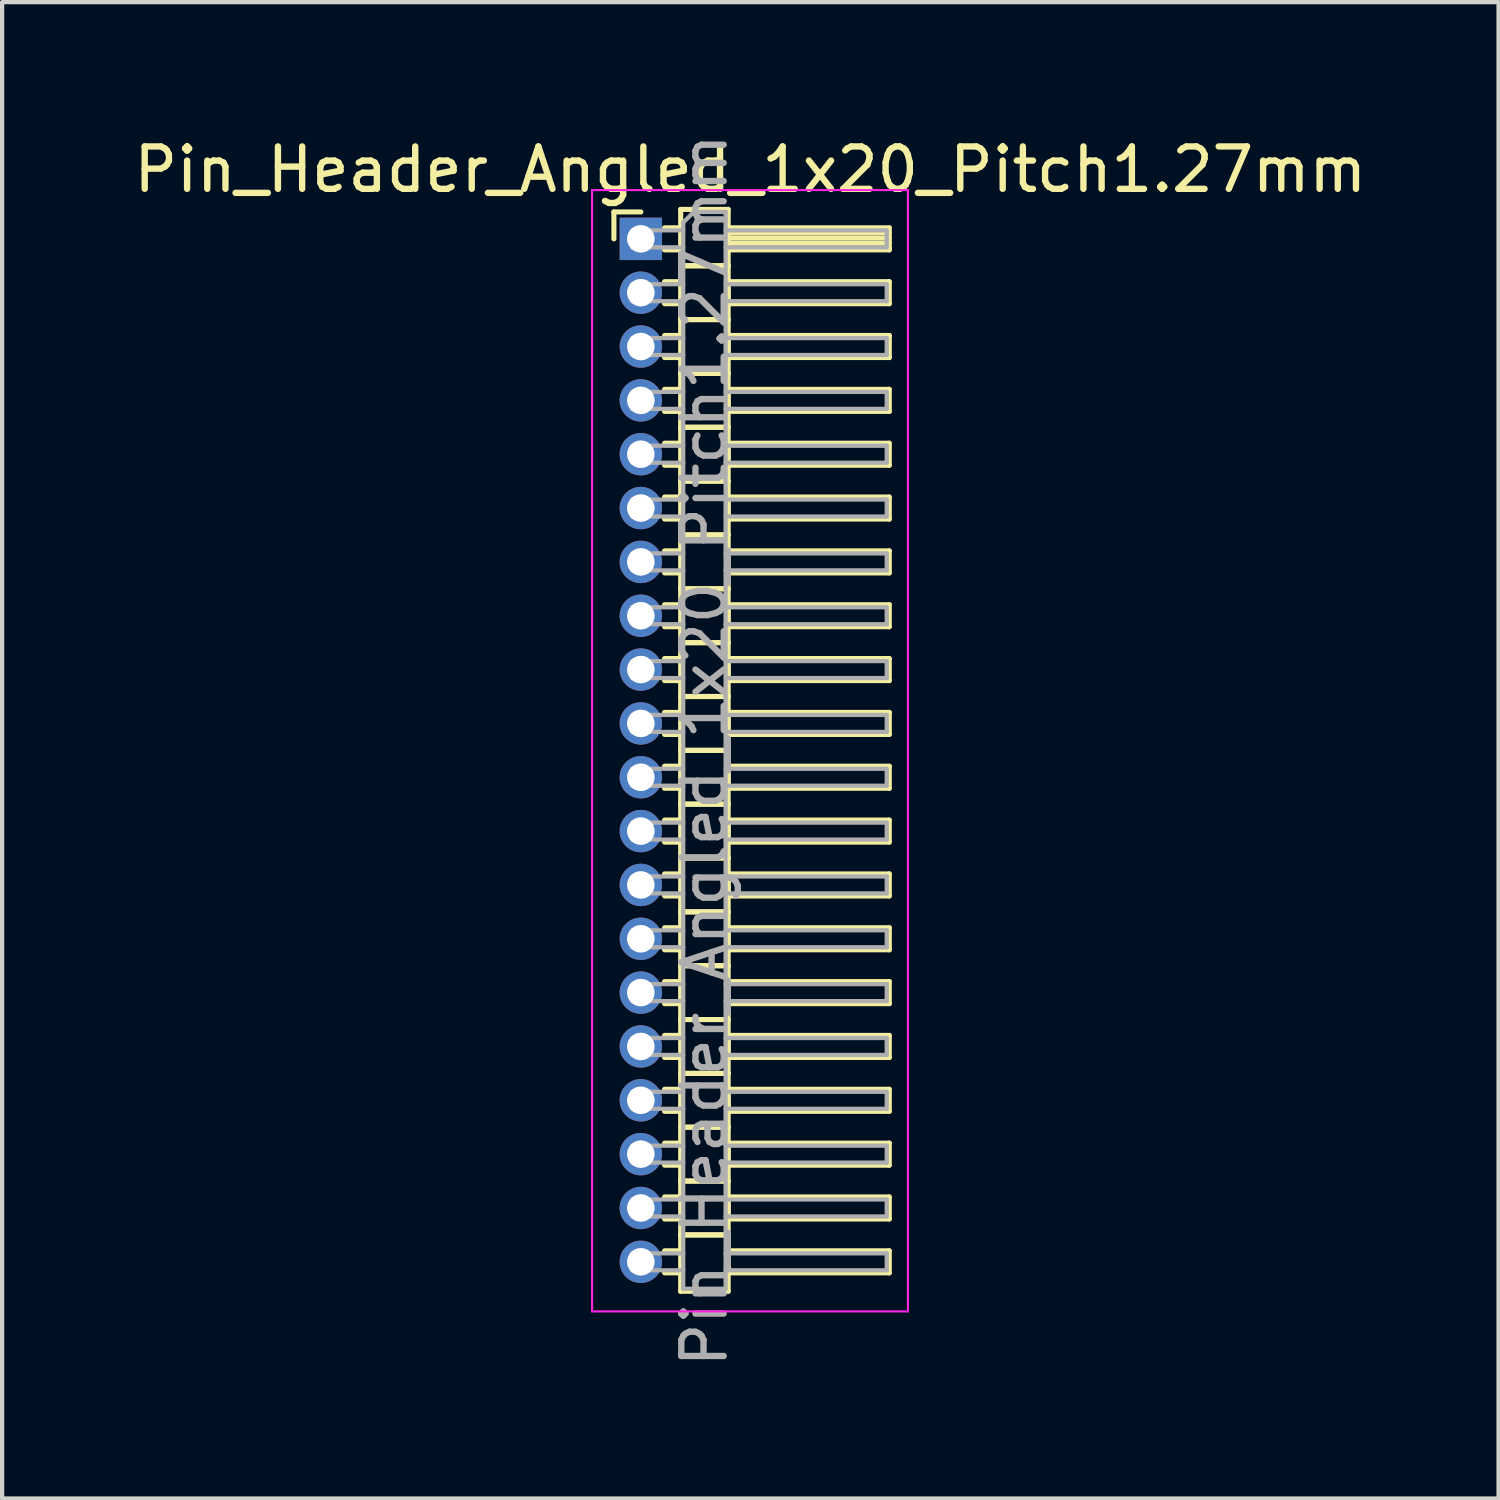
<source format=kicad_pcb>
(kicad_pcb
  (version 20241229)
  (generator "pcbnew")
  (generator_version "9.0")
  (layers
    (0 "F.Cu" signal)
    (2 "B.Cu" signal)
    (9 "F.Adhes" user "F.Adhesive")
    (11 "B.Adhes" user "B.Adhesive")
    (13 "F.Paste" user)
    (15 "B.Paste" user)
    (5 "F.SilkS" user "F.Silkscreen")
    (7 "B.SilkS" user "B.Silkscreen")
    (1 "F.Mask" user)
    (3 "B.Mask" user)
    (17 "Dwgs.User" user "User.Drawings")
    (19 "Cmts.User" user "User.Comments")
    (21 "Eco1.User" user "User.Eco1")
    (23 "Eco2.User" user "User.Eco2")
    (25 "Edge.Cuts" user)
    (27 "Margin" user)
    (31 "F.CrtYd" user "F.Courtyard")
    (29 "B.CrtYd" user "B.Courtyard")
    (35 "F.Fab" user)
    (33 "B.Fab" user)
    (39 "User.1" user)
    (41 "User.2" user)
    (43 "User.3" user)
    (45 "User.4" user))
  (footprint "Pin_Header_Angled_1x20_Pitch1.27mm"
    (layer "F.Cu")
    (at 12.066 2.584)
    (property "Reference" "Pin_Header_Angled_1x20_Pitch1.27mm" (at 2.583 -1.635 0) (layer "F.SilkS") (effects (font (size 1 1) (thickness 0.15))))
    (attr through_hole)
    (fp_line (start -0.635 -0.635) (end 0 -0.635) (stroke (width 0.12) (type solid)) (layer "F.SilkS"))
    (fp_line (start -0.635 0) (end -0.635 -0.635) (stroke (width 0.12) (type solid)) (layer "F.SilkS"))
    (fp_line (start 0.56 -0.26) (end 0.94 -0.26) (stroke (width 0.12) (type solid)) (layer "F.SilkS"))
    (fp_line (start 0.56 0.26) (end 0.94 0.26) (stroke (width 0.12) (type solid)) (layer "F.SilkS"))
    (fp_line (start 0.56 1.01) (end 0.94 1.01) (stroke (width 0.12) (type solid)) (layer "F.SilkS"))
    (fp_line (start 0.56 1.53) (end 0.94 1.53) (stroke (width 0.12) (type solid)) (layer "F.SilkS"))
    (fp_line (start 0.56 2.28) (end 0.94 2.28) (stroke (width 0.12) (type solid)) (layer "F.SilkS"))
    (fp_line (start 0.56 2.8) (end 0.94 2.8) (stroke (width 0.12) (type solid)) (layer "F.SilkS"))
    (fp_line (start 0.56 3.55) (end 0.94 3.55) (stroke (width 0.12) (type solid)) (layer "F.SilkS"))
    (fp_line (start 0.56 4.07) (end 0.94 4.07) (stroke (width 0.12) (type solid)) (layer "F.SilkS"))
    (fp_line (start 0.56 4.82) (end 0.94 4.82) (stroke (width 0.12) (type solid)) (layer "F.SilkS"))
    (fp_line (start 0.56 5.34) (end 0.94 5.34) (stroke (width 0.12) (type solid)) (layer "F.SilkS"))
    (fp_line (start 0.56 6.09) (end 0.94 6.09) (stroke (width 0.12) (type solid)) (layer "F.SilkS"))
    (fp_line (start 0.56 6.61) (end 0.94 6.61) (stroke (width 0.12) (type solid)) (layer "F.SilkS"))
    (fp_line (start 0.56 7.36) (end 0.94 7.36) (stroke (width 0.12) (type solid)) (layer "F.SilkS"))
    (fp_line (start 0.56 7.88) (end 0.94 7.88) (stroke (width 0.12) (type solid)) (layer "F.SilkS"))
    (fp_line (start 0.56 8.63) (end 0.94 8.63) (stroke (width 0.12) (type solid)) (layer "F.SilkS"))
    (fp_line (start 0.56 9.15) (end 0.94 9.15) (stroke (width 0.12) (type solid)) (layer "F.SilkS"))
    (fp_line (start 0.56 9.9) (end 0.94 9.9) (stroke (width 0.12) (type solid)) (layer "F.SilkS"))
    (fp_line (start 0.56 10.42) (end 0.94 10.42) (stroke (width 0.12) (type solid)) (layer "F.SilkS"))
    (fp_line (start 0.56 11.17) (end 0.94 11.17) (stroke (width 0.12) (type solid)) (layer "F.SilkS"))
    (fp_line (start 0.56 11.69) (end 0.94 11.69) (stroke (width 0.12) (type solid)) (layer "F.SilkS"))
    (fp_line (start 0.56 12.44) (end 0.94 12.44) (stroke (width 0.12) (type solid)) (layer "F.SilkS"))
    (fp_line (start 0.56 12.96) (end 0.94 12.96) (stroke (width 0.12) (type solid)) (layer "F.SilkS"))
    (fp_line (start 0.56 13.71) (end 0.94 13.71) (stroke (width 0.12) (type solid)) (layer "F.SilkS"))
    (fp_line (start 0.56 14.23) (end 0.94 14.23) (stroke (width 0.12) (type solid)) (layer "F.SilkS"))
    (fp_line (start 0.56 14.98) (end 0.94 14.98) (stroke (width 0.12) (type solid)) (layer "F.SilkS"))
    (fp_line (start 0.56 15.5) (end 0.94 15.5) (stroke (width 0.12) (type solid)) (layer "F.SilkS"))
    (fp_line (start 0.56 16.25) (end 0.94 16.25) (stroke (width 0.12) (type solid)) (layer "F.SilkS"))
    (fp_line (start 0.56 16.77) (end 0.94 16.77) (stroke (width 0.12) (type solid)) (layer "F.SilkS"))
    (fp_line (start 0.56 17.52) (end 0.94 17.52) (stroke (width 0.12) (type solid)) (layer "F.SilkS"))
    (fp_line (start 0.56 18.04) (end 0.94 18.04) (stroke (width 0.12) (type solid)) (layer "F.SilkS"))
    (fp_line (start 0.56 18.79) (end 0.94 18.79) (stroke (width 0.12) (type solid)) (layer "F.SilkS"))
    (fp_line (start 0.56 19.31) (end 0.94 19.31) (stroke (width 0.12) (type solid)) (layer "F.SilkS"))
    (fp_line (start 0.56 20.06) (end 0.94 20.06) (stroke (width 0.12) (type solid)) (layer "F.SilkS"))
    (fp_line (start 0.56 20.58) (end 0.94 20.58) (stroke (width 0.12) (type solid)) (layer "F.SilkS"))
    (fp_line (start 0.56 21.33) (end 0.94 21.33) (stroke (width 0.12) (type solid)) (layer "F.SilkS"))
    (fp_line (start 0.56 21.85) (end 0.94 21.85) (stroke (width 0.12) (type solid)) (layer "F.SilkS"))
    (fp_line (start 0.56 22.6) (end 0.94 22.6) (stroke (width 0.12) (type solid)) (layer "F.SilkS"))
    (fp_line (start 0.56 23.12) (end 0.94 23.12) (stroke (width 0.12) (type solid)) (layer "F.SilkS"))
    (fp_line (start 0.56 23.87) (end 0.94 23.87) (stroke (width 0.12) (type solid)) (layer "F.SilkS"))
    (fp_line (start 0.56 24.39) (end 0.94 24.39) (stroke (width 0.12) (type solid)) (layer "F.SilkS"))
    (fp_line (start 0.94 -0.695) (end 0.94 0.635) (stroke (width 0.12) (type solid)) (layer "F.SilkS"))
    (fp_line (start 0.94 0.635) (end 0.94 1.905) (stroke (width 0.12) (type solid)) (layer "F.SilkS"))
    (fp_line (start 0.94 0.635) (end 2.06 0.635) (stroke (width 0.12) (type solid)) (layer "F.SilkS"))
    (fp_line (start 0.94 1.905) (end 0.94 3.175) (stroke (width 0.12) (type solid)) (layer "F.SilkS"))
    (fp_line (start 0.94 1.905) (end 2.06 1.905) (stroke (width 0.12) (type solid)) (layer "F.SilkS"))
    (fp_line (start 0.94 3.175) (end 0.94 4.445) (stroke (width 0.12) (type solid)) (layer "F.SilkS"))
    (fp_line (start 0.94 3.175) (end 2.06 3.175) (stroke (width 0.12) (type solid)) (layer "F.SilkS"))
    (fp_line (start 0.94 4.445) (end 0.94 5.715) (stroke (width 0.12) (type solid)) (layer "F.SilkS"))
    (fp_line (start 0.94 4.445) (end 2.06 4.445) (stroke (width 0.12) (type solid)) (layer "F.SilkS"))
    (fp_line (start 0.94 5.715) (end 0.94 6.985) (stroke (width 0.12) (type solid)) (layer "F.SilkS"))
    (fp_line (start 0.94 5.715) (end 2.06 5.715) (stroke (width 0.12) (type solid)) (layer "F.SilkS"))
    (fp_line (start 0.94 6.985) (end 0.94 8.255) (stroke (width 0.12) (type solid)) (layer "F.SilkS"))
    (fp_line (start 0.94 6.985) (end 2.06 6.985) (stroke (width 0.12) (type solid)) (layer "F.SilkS"))
    (fp_line (start 0.94 8.255) (end 0.94 9.525) (stroke (width 0.12) (type solid)) (layer "F.SilkS"))
    (fp_line (start 0.94 8.255) (end 2.06 8.255) (stroke (width 0.12) (type solid)) (layer "F.SilkS"))
    (fp_line (start 0.94 9.525) (end 0.94 10.795) (stroke (width 0.12) (type solid)) (layer "F.SilkS"))
    (fp_line (start 0.94 9.525) (end 2.06 9.525) (stroke (width 0.12) (type solid)) (layer "F.SilkS"))
    (fp_line (start 0.94 10.795) (end 0.94 12.065) (stroke (width 0.12) (type solid)) (layer "F.SilkS"))
    (fp_line (start 0.94 10.795) (end 2.06 10.795) (stroke (width 0.12) (type solid)) (layer "F.SilkS"))
    (fp_line (start 0.94 12.065) (end 0.94 13.335) (stroke (width 0.12) (type solid)) (layer "F.SilkS"))
    (fp_line (start 0.94 12.065) (end 2.06 12.065) (stroke (width 0.12) (type solid)) (layer "F.SilkS"))
    (fp_line (start 0.94 13.335) (end 0.94 14.605) (stroke (width 0.12) (type solid)) (layer "F.SilkS"))
    (fp_line (start 0.94 13.335) (end 2.06 13.335) (stroke (width 0.12) (type solid)) (layer "F.SilkS"))
    (fp_line (start 0.94 14.605) (end 0.94 15.875) (stroke (width 0.12) (type solid)) (layer "F.SilkS"))
    (fp_line (start 0.94 14.605) (end 2.06 14.605) (stroke (width 0.12) (type solid)) (layer "F.SilkS"))
    (fp_line (start 0.94 15.875) (end 0.94 17.145) (stroke (width 0.12) (type solid)) (layer "F.SilkS"))
    (fp_line (start 0.94 15.875) (end 2.06 15.875) (stroke (width 0.12) (type solid)) (layer "F.SilkS"))
    (fp_line (start 0.94 17.145) (end 0.94 18.415) (stroke (width 0.12) (type solid)) (layer "F.SilkS"))
    (fp_line (start 0.94 17.145) (end 2.06 17.145) (stroke (width 0.12) (type solid)) (layer "F.SilkS"))
    (fp_line (start 0.94 18.415) (end 0.94 19.685) (stroke (width 0.12) (type solid)) (layer "F.SilkS"))
    (fp_line (start 0.94 18.415) (end 2.06 18.415) (stroke (width 0.12) (type solid)) (layer "F.SilkS"))
    (fp_line (start 0.94 19.685) (end 0.94 20.955) (stroke (width 0.12) (type solid)) (layer "F.SilkS"))
    (fp_line (start 0.94 19.685) (end 2.06 19.685) (stroke (width 0.12) (type solid)) (layer "F.SilkS"))
    (fp_line (start 0.94 20.955) (end 0.94 22.225) (stroke (width 0.12) (type solid)) (layer "F.SilkS"))
    (fp_line (start 0.94 20.955) (end 2.06 20.955) (stroke (width 0.12) (type solid)) (layer "F.SilkS"))
    (fp_line (start 0.94 22.225) (end 0.94 23.495) (stroke (width 0.12) (type solid)) (layer "F.SilkS"))
    (fp_line (start 0.94 22.225) (end 2.06 22.225) (stroke (width 0.12) (type solid)) (layer "F.SilkS"))
    (fp_line (start 0.94 23.495) (end 0.94 24.825) (stroke (width 0.12) (type solid)) (layer "F.SilkS"))
    (fp_line (start 0.94 23.495) (end 2.06 23.495) (stroke (width 0.12) (type solid)) (layer "F.SilkS"))
    (fp_line (start 0.94 24.825) (end 2.06 24.825) (stroke (width 0.12) (type solid)) (layer "F.SilkS"))
    (fp_line (start 2.06 -0.695) (end 0.94 -0.695) (stroke (width 0.12) (type solid)) (layer "F.SilkS"))
    (fp_line (start 2.06 -0.26) (end 2.06 0.26) (stroke (width 0.12) (type solid)) (layer "F.SilkS"))
    (fp_line (start 2.06 -0.14) (end 5.86 -0.14) (stroke (width 0.12) (type solid)) (layer "F.SilkS"))
    (fp_line (start 2.06 -0.02) (end 5.86 -0.02) (stroke (width 0.12) (type solid)) (layer "F.SilkS"))
    (fp_line (start 2.06 0.1) (end 5.86 0.1) (stroke (width 0.12) (type solid)) (layer "F.SilkS"))
    (fp_line (start 2.06 0.22) (end 5.86 0.22) (stroke (width 0.12) (type solid)) (layer "F.SilkS"))
    (fp_line (start 2.06 0.26) (end 5.86 0.26) (stroke (width 0.12) (type solid)) (layer "F.SilkS"))
    (fp_line (start 2.06 0.635) (end 0.94 0.635) (stroke (width 0.12) (type solid)) (layer "F.SilkS"))
    (fp_line (start 2.06 0.635) (end 2.06 -0.695) (stroke (width 0.12) (type solid)) (layer "F.SilkS"))
    (fp_line (start 2.06 1.01) (end 2.06 1.53) (stroke (width 0.12) (type solid)) (layer "F.SilkS"))
    (fp_line (start 2.06 1.53) (end 5.86 1.53) (stroke (width 0.12) (type solid)) (layer "F.SilkS"))
    (fp_line (start 2.06 1.905) (end 0.94 1.905) (stroke (width 0.12) (type solid)) (layer "F.SilkS"))
    (fp_line (start 2.06 1.905) (end 2.06 0.635) (stroke (width 0.12) (type solid)) (layer "F.SilkS"))
    (fp_line (start 2.06 2.28) (end 2.06 2.8) (stroke (width 0.12) (type solid)) (layer "F.SilkS"))
    (fp_line (start 2.06 2.8) (end 5.86 2.8) (stroke (width 0.12) (type solid)) (layer "F.SilkS"))
    (fp_line (start 2.06 3.175) (end 0.94 3.175) (stroke (width 0.12) (type solid)) (layer "F.SilkS"))
    (fp_line (start 2.06 3.175) (end 2.06 1.905) (stroke (width 0.12) (type solid)) (layer "F.SilkS"))
    (fp_line (start 2.06 3.55) (end 2.06 4.07) (stroke (width 0.12) (type solid)) (layer "F.SilkS"))
    (fp_line (start 2.06 4.07) (end 5.86 4.07) (stroke (width 0.12) (type solid)) (layer "F.SilkS"))
    (fp_line (start 2.06 4.445) (end 0.94 4.445) (stroke (width 0.12) (type solid)) (layer "F.SilkS"))
    (fp_line (start 2.06 4.445) (end 2.06 3.175) (stroke (width 0.12) (type solid)) (layer "F.SilkS"))
    (fp_line (start 2.06 4.82) (end 2.06 5.34) (stroke (width 0.12) (type solid)) (layer "F.SilkS"))
    (fp_line (start 2.06 5.34) (end 5.86 5.34) (stroke (width 0.12) (type solid)) (layer "F.SilkS"))
    (fp_line (start 2.06 5.715) (end 0.94 5.715) (stroke (width 0.12) (type solid)) (layer "F.SilkS"))
    (fp_line (start 2.06 5.715) (end 2.06 4.445) (stroke (width 0.12) (type solid)) (layer "F.SilkS"))
    (fp_line (start 2.06 6.09) (end 2.06 6.61) (stroke (width 0.12) (type solid)) (layer "F.SilkS"))
    (fp_line (start 2.06 6.61) (end 5.86 6.61) (stroke (width 0.12) (type solid)) (layer "F.SilkS"))
    (fp_line (start 2.06 6.985) (end 0.94 6.985) (stroke (width 0.12) (type solid)) (layer "F.SilkS"))
    (fp_line (start 2.06 6.985) (end 2.06 5.715) (stroke (width 0.12) (type solid)) (layer "F.SilkS"))
    (fp_line (start 2.06 7.36) (end 2.06 7.88) (stroke (width 0.12) (type solid)) (layer "F.SilkS"))
    (fp_line (start 2.06 7.88) (end 5.86 7.88) (stroke (width 0.12) (type solid)) (layer "F.SilkS"))
    (fp_line (start 2.06 8.255) (end 0.94 8.255) (stroke (width 0.12) (type solid)) (layer "F.SilkS"))
    (fp_line (start 2.06 8.255) (end 2.06 6.985) (stroke (width 0.12) (type solid)) (layer "F.SilkS"))
    (fp_line (start 2.06 8.63) (end 2.06 9.15) (stroke (width 0.12) (type solid)) (layer "F.SilkS"))
    (fp_line (start 2.06 9.15) (end 5.86 9.15) (stroke (width 0.12) (type solid)) (layer "F.SilkS"))
    (fp_line (start 2.06 9.525) (end 0.94 9.525) (stroke (width 0.12) (type solid)) (layer "F.SilkS"))
    (fp_line (start 2.06 9.525) (end 2.06 8.255) (stroke (width 0.12) (type solid)) (layer "F.SilkS"))
    (fp_line (start 2.06 9.9) (end 2.06 10.42) (stroke (width 0.12) (type solid)) (layer "F.SilkS"))
    (fp_line (start 2.06 10.42) (end 5.86 10.42) (stroke (width 0.12) (type solid)) (layer "F.SilkS"))
    (fp_line (start 2.06 10.795) (end 0.94 10.795) (stroke (width 0.12) (type solid)) (layer "F.SilkS"))
    (fp_line (start 2.06 10.795) (end 2.06 9.525) (stroke (width 0.12) (type solid)) (layer "F.SilkS"))
    (fp_line (start 2.06 11.17) (end 2.06 11.69) (stroke (width 0.12) (type solid)) (layer "F.SilkS"))
    (fp_line (start 2.06 11.69) (end 5.86 11.69) (stroke (width 0.12) (type solid)) (layer "F.SilkS"))
    (fp_line (start 2.06 12.065) (end 0.94 12.065) (stroke (width 0.12) (type solid)) (layer "F.SilkS"))
    (fp_line (start 2.06 12.065) (end 2.06 10.795) (stroke (width 0.12) (type solid)) (layer "F.SilkS"))
    (fp_line (start 2.06 12.44) (end 2.06 12.96) (stroke (width 0.12) (type solid)) (layer "F.SilkS"))
    (fp_line (start 2.06 12.96) (end 5.86 12.96) (stroke (width 0.12) (type solid)) (layer "F.SilkS"))
    (fp_line (start 2.06 13.335) (end 0.94 13.335) (stroke (width 0.12) (type solid)) (layer "F.SilkS"))
    (fp_line (start 2.06 13.335) (end 2.06 12.065) (stroke (width 0.12) (type solid)) (layer "F.SilkS"))
    (fp_line (start 2.06 13.71) (end 2.06 14.23) (stroke (width 0.12) (type solid)) (layer "F.SilkS"))
    (fp_line (start 2.06 14.23) (end 5.86 14.23) (stroke (width 0.12) (type solid)) (layer "F.SilkS"))
    (fp_line (start 2.06 14.605) (end 0.94 14.605) (stroke (width 0.12) (type solid)) (layer "F.SilkS"))
    (fp_line (start 2.06 14.605) (end 2.06 13.335) (stroke (width 0.12) (type solid)) (layer "F.SilkS"))
    (fp_line (start 2.06 14.98) (end 2.06 15.5) (stroke (width 0.12) (type solid)) (layer "F.SilkS"))
    (fp_line (start 2.06 15.5) (end 5.86 15.5) (stroke (width 0.12) (type solid)) (layer "F.SilkS"))
    (fp_line (start 2.06 15.875) (end 0.94 15.875) (stroke (width 0.12) (type solid)) (layer "F.SilkS"))
    (fp_line (start 2.06 15.875) (end 2.06 14.605) (stroke (width 0.12) (type solid)) (layer "F.SilkS"))
    (fp_line (start 2.06 16.25) (end 2.06 16.77) (stroke (width 0.12) (type solid)) (layer "F.SilkS"))
    (fp_line (start 2.06 16.77) (end 5.86 16.77) (stroke (width 0.12) (type solid)) (layer "F.SilkS"))
    (fp_line (start 2.06 17.145) (end 0.94 17.145) (stroke (width 0.12) (type solid)) (layer "F.SilkS"))
    (fp_line (start 2.06 17.145) (end 2.06 15.875) (stroke (width 0.12) (type solid)) (layer "F.SilkS"))
    (fp_line (start 2.06 17.52) (end 2.06 18.04) (stroke (width 0.12) (type solid)) (layer "F.SilkS"))
    (fp_line (start 2.06 18.04) (end 5.86 18.04) (stroke (width 0.12) (type solid)) (layer "F.SilkS"))
    (fp_line (start 2.06 18.415) (end 0.94 18.415) (stroke (width 0.12) (type solid)) (layer "F.SilkS"))
    (fp_line (start 2.06 18.415) (end 2.06 17.145) (stroke (width 0.12) (type solid)) (layer "F.SilkS"))
    (fp_line (start 2.06 18.79) (end 2.06 19.31) (stroke (width 0.12) (type solid)) (layer "F.SilkS"))
    (fp_line (start 2.06 19.31) (end 5.86 19.31) (stroke (width 0.12) (type solid)) (layer "F.SilkS"))
    (fp_line (start 2.06 19.685) (end 0.94 19.685) (stroke (width 0.12) (type solid)) (layer "F.SilkS"))
    (fp_line (start 2.06 19.685) (end 2.06 18.415) (stroke (width 0.12) (type solid)) (layer "F.SilkS"))
    (fp_line (start 2.06 20.06) (end 2.06 20.58) (stroke (width 0.12) (type solid)) (layer "F.SilkS"))
    (fp_line (start 2.06 20.58) (end 5.86 20.58) (stroke (width 0.12) (type solid)) (layer "F.SilkS"))
    (fp_line (start 2.06 20.955) (end 0.94 20.955) (stroke (width 0.12) (type solid)) (layer "F.SilkS"))
    (fp_line (start 2.06 20.955) (end 2.06 19.685) (stroke (width 0.12) (type solid)) (layer "F.SilkS"))
    (fp_line (start 2.06 21.33) (end 2.06 21.85) (stroke (width 0.12) (type solid)) (layer "F.SilkS"))
    (fp_line (start 2.06 21.85) (end 5.86 21.85) (stroke (width 0.12) (type solid)) (layer "F.SilkS"))
    (fp_line (start 2.06 22.225) (end 0.94 22.225) (stroke (width 0.12) (type solid)) (layer "F.SilkS"))
    (fp_line (start 2.06 22.225) (end 2.06 20.955) (stroke (width 0.12) (type solid)) (layer "F.SilkS"))
    (fp_line (start 2.06 22.6) (end 2.06 23.12) (stroke (width 0.12) (type solid)) (layer "F.SilkS"))
    (fp_line (start 2.06 23.12) (end 5.86 23.12) (stroke (width 0.12) (type solid)) (layer "F.SilkS"))
    (fp_line (start 2.06 23.495) (end 0.94 23.495) (stroke (width 0.12) (type solid)) (layer "F.SilkS"))
    (fp_line (start 2.06 23.495) (end 2.06 22.225) (stroke (width 0.12) (type solid)) (layer "F.SilkS"))
    (fp_line (start 2.06 23.87) (end 2.06 24.39) (stroke (width 0.12) (type solid)) (layer "F.SilkS"))
    (fp_line (start 2.06 24.39) (end 5.86 24.39) (stroke (width 0.12) (type solid)) (layer "F.SilkS"))
    (fp_line (start 2.06 24.825) (end 2.06 23.495) (stroke (width 0.12) (type solid)) (layer "F.SilkS"))
    (fp_line (start 5.86 -0.26) (end 2.06 -0.26) (stroke (width 0.12) (type solid)) (layer "F.SilkS"))
    (fp_line (start 5.86 0.26) (end 5.86 -0.26) (stroke (width 0.12) (type solid)) (layer "F.SilkS"))
    (fp_line (start 5.86 1.01) (end 2.06 1.01) (stroke (width 0.12) (type solid)) (layer "F.SilkS"))
    (fp_line (start 5.86 1.53) (end 5.86 1.01) (stroke (width 0.12) (type solid)) (layer "F.SilkS"))
    (fp_line (start 5.86 2.28) (end 2.06 2.28) (stroke (width 0.12) (type solid)) (layer "F.SilkS"))
    (fp_line (start 5.86 2.8) (end 5.86 2.28) (stroke (width 0.12) (type solid)) (layer "F.SilkS"))
    (fp_line (start 5.86 3.55) (end 2.06 3.55) (stroke (width 0.12) (type solid)) (layer "F.SilkS"))
    (fp_line (start 5.86 4.07) (end 5.86 3.55) (stroke (width 0.12) (type solid)) (layer "F.SilkS"))
    (fp_line (start 5.86 4.82) (end 2.06 4.82) (stroke (width 0.12) (type solid)) (layer "F.SilkS"))
    (fp_line (start 5.86 5.34) (end 5.86 4.82) (stroke (width 0.12) (type solid)) (layer "F.SilkS"))
    (fp_line (start 5.86 6.09) (end 2.06 6.09) (stroke (width 0.12) (type solid)) (layer "F.SilkS"))
    (fp_line (start 5.86 6.61) (end 5.86 6.09) (stroke (width 0.12) (type solid)) (layer "F.SilkS"))
    (fp_line (start 5.86 7.36) (end 2.06 7.36) (stroke (width 0.12) (type solid)) (layer "F.SilkS"))
    (fp_line (start 5.86 7.88) (end 5.86 7.36) (stroke (width 0.12) (type solid)) (layer "F.SilkS"))
    (fp_line (start 5.86 8.63) (end 2.06 8.63) (stroke (width 0.12) (type solid)) (layer "F.SilkS"))
    (fp_line (start 5.86 9.15) (end 5.86 8.63) (stroke (width 0.12) (type solid)) (layer "F.SilkS"))
    (fp_line (start 5.86 9.9) (end 2.06 9.9) (stroke (width 0.12) (type solid)) (layer "F.SilkS"))
    (fp_line (start 5.86 10.42) (end 5.86 9.9) (stroke (width 0.12) (type solid)) (layer "F.SilkS"))
    (fp_line (start 5.86 11.17) (end 2.06 11.17) (stroke (width 0.12) (type solid)) (layer "F.SilkS"))
    (fp_line (start 5.86 11.69) (end 5.86 11.17) (stroke (width 0.12) (type solid)) (layer "F.SilkS"))
    (fp_line (start 5.86 12.44) (end 2.06 12.44) (stroke (width 0.12) (type solid)) (layer "F.SilkS"))
    (fp_line (start 5.86 12.96) (end 5.86 12.44) (stroke (width 0.12) (type solid)) (layer "F.SilkS"))
    (fp_line (start 5.86 13.71) (end 2.06 13.71) (stroke (width 0.12) (type solid)) (layer "F.SilkS"))
    (fp_line (start 5.86 14.23) (end 5.86 13.71) (stroke (width 0.12) (type solid)) (layer "F.SilkS"))
    (fp_line (start 5.86 14.98) (end 2.06 14.98) (stroke (width 0.12) (type solid)) (layer "F.SilkS"))
    (fp_line (start 5.86 15.5) (end 5.86 14.98) (stroke (width 0.12) (type solid)) (layer "F.SilkS"))
    (fp_line (start 5.86 16.25) (end 2.06 16.25) (stroke (width 0.12) (type solid)) (layer "F.SilkS"))
    (fp_line (start 5.86 16.77) (end 5.86 16.25) (stroke (width 0.12) (type solid)) (layer "F.SilkS"))
    (fp_line (start 5.86 17.52) (end 2.06 17.52) (stroke (width 0.12) (type solid)) (layer "F.SilkS"))
    (fp_line (start 5.86 18.04) (end 5.86 17.52) (stroke (width 0.12) (type solid)) (layer "F.SilkS"))
    (fp_line (start 5.86 18.79) (end 2.06 18.79) (stroke (width 0.12) (type solid)) (layer "F.SilkS"))
    (fp_line (start 5.86 19.31) (end 5.86 18.79) (stroke (width 0.12) (type solid)) (layer "F.SilkS"))
    (fp_line (start 5.86 20.06) (end 2.06 20.06) (stroke (width 0.12) (type solid)) (layer "F.SilkS"))
    (fp_line (start 5.86 20.58) (end 5.86 20.06) (stroke (width 0.12) (type solid)) (layer "F.SilkS"))
    (fp_line (start 5.86 21.33) (end 2.06 21.33) (stroke (width 0.12) (type solid)) (layer "F.SilkS"))
    (fp_line (start 5.86 21.85) (end 5.86 21.33) (stroke (width 0.12) (type solid)) (layer "F.SilkS"))
    (fp_line (start 5.86 22.6) (end 2.06 22.6) (stroke (width 0.12) (type solid)) (layer "F.SilkS"))
    (fp_line (start 5.86 23.12) (end 5.86 22.6) (stroke (width 0.12) (type solid)) (layer "F.SilkS"))
    (fp_line (start 5.86 23.87) (end 2.06 23.87) (stroke (width 0.12) (type solid)) (layer "F.SilkS"))
    (fp_line (start 5.86 24.39) (end 5.86 23.87) (stroke (width 0.12) (type solid)) (layer "F.SilkS"))
    (fp_line (start -1.15 -1.15) (end -1.15 25.3) (stroke (width 0.05) (type solid)) (layer "F.CrtYd"))
    (fp_line (start -1.15 25.3) (end 6.3 25.3) (stroke (width 0.05) (type solid)) (layer "F.CrtYd"))
    (fp_line (start 6.3 -1.15) (end -1.15 -1.15) (stroke (width 0.05) (type solid)) (layer "F.CrtYd"))
    (fp_line (start 6.3 25.3) (end 6.3 -1.15) (stroke (width 0.05) (type solid)) (layer "F.CrtYd"))
    (fp_line (start -0.2 -0.2) (end -0.2 0.2) (stroke (width 0.1) (type solid)) (layer "F.Fab"))
    (fp_line (start -0.2 -0.2) (end 1 -0.2) (stroke (width 0.1) (type solid)) (layer "F.Fab"))
    (fp_line (start -0.2 0.2) (end 1 0.2) (stroke (width 0.1) (type solid)) (layer "F.Fab"))
    (fp_line (start -0.2 1.07) (end -0.2 1.47) (stroke (width 0.1) (type solid)) (layer "F.Fab"))
    (fp_line (start -0.2 1.07) (end 1 1.07) (stroke (width 0.1) (type solid)) (layer "F.Fab"))
    (fp_line (start -0.2 1.47) (end 1 1.47) (stroke (width 0.1) (type solid)) (layer "F.Fab"))
    (fp_line (start -0.2 2.34) (end -0.2 2.74) (stroke (width 0.1) (type solid)) (layer "F.Fab"))
    (fp_line (start -0.2 2.34) (end 1 2.34) (stroke (width 0.1) (type solid)) (layer "F.Fab"))
    (fp_line (start -0.2 2.74) (end 1 2.74) (stroke (width 0.1) (type solid)) (layer "F.Fab"))
    (fp_line (start -0.2 3.61) (end -0.2 4.01) (stroke (width 0.1) (type solid)) (layer "F.Fab"))
    (fp_line (start -0.2 3.61) (end 1 3.61) (stroke (width 0.1) (type solid)) (layer "F.Fab"))
    (fp_line (start -0.2 4.01) (end 1 4.01) (stroke (width 0.1) (type solid)) (layer "F.Fab"))
    (fp_line (start -0.2 4.88) (end -0.2 5.28) (stroke (width 0.1) (type solid)) (layer "F.Fab"))
    (fp_line (start -0.2 4.88) (end 1 4.88) (stroke (width 0.1) (type solid)) (layer "F.Fab"))
    (fp_line (start -0.2 5.28) (end 1 5.28) (stroke (width 0.1) (type solid)) (layer "F.Fab"))
    (fp_line (start -0.2 6.15) (end -0.2 6.55) (stroke (width 0.1) (type solid)) (layer "F.Fab"))
    (fp_line (start -0.2 6.15) (end 1 6.15) (stroke (width 0.1) (type solid)) (layer "F.Fab"))
    (fp_line (start -0.2 6.55) (end 1 6.55) (stroke (width 0.1) (type solid)) (layer "F.Fab"))
    (fp_line (start -0.2 7.42) (end -0.2 7.82) (stroke (width 0.1) (type solid)) (layer "F.Fab"))
    (fp_line (start -0.2 7.42) (end 1 7.42) (stroke (width 0.1) (type solid)) (layer "F.Fab"))
    (fp_line (start -0.2 7.82) (end 1 7.82) (stroke (width 0.1) (type solid)) (layer "F.Fab"))
    (fp_line (start -0.2 8.69) (end -0.2 9.09) (stroke (width 0.1) (type solid)) (layer "F.Fab"))
    (fp_line (start -0.2 8.69) (end 1 8.69) (stroke (width 0.1) (type solid)) (layer "F.Fab"))
    (fp_line (start -0.2 9.09) (end 1 9.09) (stroke (width 0.1) (type solid)) (layer "F.Fab"))
    (fp_line (start -0.2 9.96) (end -0.2 10.36) (stroke (width 0.1) (type solid)) (layer "F.Fab"))
    (fp_line (start -0.2 9.96) (end 1 9.96) (stroke (width 0.1) (type solid)) (layer "F.Fab"))
    (fp_line (start -0.2 10.36) (end 1 10.36) (stroke (width 0.1) (type solid)) (layer "F.Fab"))
    (fp_line (start -0.2 11.23) (end -0.2 11.63) (stroke (width 0.1) (type solid)) (layer "F.Fab"))
    (fp_line (start -0.2 11.23) (end 1 11.23) (stroke (width 0.1) (type solid)) (layer "F.Fab"))
    (fp_line (start -0.2 11.63) (end 1 11.63) (stroke (width 0.1) (type solid)) (layer "F.Fab"))
    (fp_line (start -0.2 12.5) (end -0.2 12.9) (stroke (width 0.1) (type solid)) (layer "F.Fab"))
    (fp_line (start -0.2 12.5) (end 1 12.5) (stroke (width 0.1) (type solid)) (layer "F.Fab"))
    (fp_line (start -0.2 12.9) (end 1 12.9) (stroke (width 0.1) (type solid)) (layer "F.Fab"))
    (fp_line (start -0.2 13.77) (end -0.2 14.17) (stroke (width 0.1) (type solid)) (layer "F.Fab"))
    (fp_line (start -0.2 13.77) (end 1 13.77) (stroke (width 0.1) (type solid)) (layer "F.Fab"))
    (fp_line (start -0.2 14.17) (end 1 14.17) (stroke (width 0.1) (type solid)) (layer "F.Fab"))
    (fp_line (start -0.2 15.04) (end -0.2 15.44) (stroke (width 0.1) (type solid)) (layer "F.Fab"))
    (fp_line (start -0.2 15.04) (end 1 15.04) (stroke (width 0.1) (type solid)) (layer "F.Fab"))
    (fp_line (start -0.2 15.44) (end 1 15.44) (stroke (width 0.1) (type solid)) (layer "F.Fab"))
    (fp_line (start -0.2 16.31) (end -0.2 16.71) (stroke (width 0.1) (type solid)) (layer "F.Fab"))
    (fp_line (start -0.2 16.31) (end 1 16.31) (stroke (width 0.1) (type solid)) (layer "F.Fab"))
    (fp_line (start -0.2 16.71) (end 1 16.71) (stroke (width 0.1) (type solid)) (layer "F.Fab"))
    (fp_line (start -0.2 17.58) (end -0.2 17.98) (stroke (width 0.1) (type solid)) (layer "F.Fab"))
    (fp_line (start -0.2 17.58) (end 1 17.58) (stroke (width 0.1) (type solid)) (layer "F.Fab"))
    (fp_line (start -0.2 17.98) (end 1 17.98) (stroke (width 0.1) (type solid)) (layer "F.Fab"))
    (fp_line (start -0.2 18.85) (end -0.2 19.25) (stroke (width 0.1) (type solid)) (layer "F.Fab"))
    (fp_line (start -0.2 18.85) (end 1 18.85) (stroke (width 0.1) (type solid)) (layer "F.Fab"))
    (fp_line (start -0.2 19.25) (end 1 19.25) (stroke (width 0.1) (type solid)) (layer "F.Fab"))
    (fp_line (start -0.2 20.12) (end -0.2 20.52) (stroke (width 0.1) (type solid)) (layer "F.Fab"))
    (fp_line (start -0.2 20.12) (end 1 20.12) (stroke (width 0.1) (type solid)) (layer "F.Fab"))
    (fp_line (start -0.2 20.52) (end 1 20.52) (stroke (width 0.1) (type solid)) (layer "F.Fab"))
    (fp_line (start -0.2 21.39) (end -0.2 21.79) (stroke (width 0.1) (type solid)) (layer "F.Fab"))
    (fp_line (start -0.2 21.39) (end 1 21.39) (stroke (width 0.1) (type solid)) (layer "F.Fab"))
    (fp_line (start -0.2 21.79) (end 1 21.79) (stroke (width 0.1) (type solid)) (layer "F.Fab"))
    (fp_line (start -0.2 22.66) (end -0.2 23.06) (stroke (width 0.1) (type solid)) (layer "F.Fab"))
    (fp_line (start -0.2 22.66) (end 1 22.66) (stroke (width 0.1) (type solid)) (layer "F.Fab"))
    (fp_line (start -0.2 23.06) (end 1 23.06) (stroke (width 0.1) (type solid)) (layer "F.Fab"))
    (fp_line (start -0.2 23.93) (end -0.2 24.33) (stroke (width 0.1) (type solid)) (layer "F.Fab"))
    (fp_line (start -0.2 23.93) (end 1 23.93) (stroke (width 0.1) (type solid)) (layer "F.Fab"))
    (fp_line (start -0.2 24.33) (end 1 24.33) (stroke (width 0.1) (type solid)) (layer "F.Fab"))
    (fp_line (start 1 -0.385) (end 1.25 -0.635) (stroke (width 0.1) (type solid)) (layer "F.Fab"))
    (fp_line (start 1 24.765) (end 1 -0.385) (stroke (width 0.1) (type solid)) (layer "F.Fab"))
    (fp_line (start 1.25 -0.635) (end 2 -0.635) (stroke (width 0.1) (type solid)) (layer "F.Fab"))
    (fp_line (start 2 -0.635) (end 2 24.765) (stroke (width 0.1) (type solid)) (layer "F.Fab"))
    (fp_line (start 2 -0.2) (end 5.8 -0.2) (stroke (width 0.1) (type solid)) (layer "F.Fab"))
    (fp_line (start 2 0.2) (end 5.8 0.2) (stroke (width 0.1) (type solid)) (layer "F.Fab"))
    (fp_line (start 2 1.07) (end 5.8 1.07) (stroke (width 0.1) (type solid)) (layer "F.Fab"))
    (fp_line (start 2 1.47) (end 5.8 1.47) (stroke (width 0.1) (type solid)) (layer "F.Fab"))
    (fp_line (start 2 2.34) (end 5.8 2.34) (stroke (width 0.1) (type solid)) (layer "F.Fab"))
    (fp_line (start 2 2.74) (end 5.8 2.74) (stroke (width 0.1) (type solid)) (layer "F.Fab"))
    (fp_line (start 2 3.61) (end 5.8 3.61) (stroke (width 0.1) (type solid)) (layer "F.Fab"))
    (fp_line (start 2 4.01) (end 5.8 4.01) (stroke (width 0.1) (type solid)) (layer "F.Fab"))
    (fp_line (start 2 4.88) (end 5.8 4.88) (stroke (width 0.1) (type solid)) (layer "F.Fab"))
    (fp_line (start 2 5.28) (end 5.8 5.28) (stroke (width 0.1) (type solid)) (layer "F.Fab"))
    (fp_line (start 2 6.15) (end 5.8 6.15) (stroke (width 0.1) (type solid)) (layer "F.Fab"))
    (fp_line (start 2 6.55) (end 5.8 6.55) (stroke (width 0.1) (type solid)) (layer "F.Fab"))
    (fp_line (start 2 7.42) (end 5.8 7.42) (stroke (width 0.1) (type solid)) (layer "F.Fab"))
    (fp_line (start 2 7.82) (end 5.8 7.82) (stroke (width 0.1) (type solid)) (layer "F.Fab"))
    (fp_line (start 2 8.69) (end 5.8 8.69) (stroke (width 0.1) (type solid)) (layer "F.Fab"))
    (fp_line (start 2 9.09) (end 5.8 9.09) (stroke (width 0.1) (type solid)) (layer "F.Fab"))
    (fp_line (start 2 9.96) (end 5.8 9.96) (stroke (width 0.1) (type solid)) (layer "F.Fab"))
    (fp_line (start 2 10.36) (end 5.8 10.36) (stroke (width 0.1) (type solid)) (layer "F.Fab"))
    (fp_line (start 2 11.23) (end 5.8 11.23) (stroke (width 0.1) (type solid)) (layer "F.Fab"))
    (fp_line (start 2 11.63) (end 5.8 11.63) (stroke (width 0.1) (type solid)) (layer "F.Fab"))
    (fp_line (start 2 12.5) (end 5.8 12.5) (stroke (width 0.1) (type solid)) (layer "F.Fab"))
    (fp_line (start 2 12.9) (end 5.8 12.9) (stroke (width 0.1) (type solid)) (layer "F.Fab"))
    (fp_line (start 2 13.77) (end 5.8 13.77) (stroke (width 0.1) (type solid)) (layer "F.Fab"))
    (fp_line (start 2 14.17) (end 5.8 14.17) (stroke (width 0.1) (type solid)) (layer "F.Fab"))
    (fp_line (start 2 15.04) (end 5.8 15.04) (stroke (width 0.1) (type solid)) (layer "F.Fab"))
    (fp_line (start 2 15.44) (end 5.8 15.44) (stroke (width 0.1) (type solid)) (layer "F.Fab"))
    (fp_line (start 2 16.31) (end 5.8 16.31) (stroke (width 0.1) (type solid)) (layer "F.Fab"))
    (fp_line (start 2 16.71) (end 5.8 16.71) (stroke (width 0.1) (type solid)) (layer "F.Fab"))
    (fp_line (start 2 17.58) (end 5.8 17.58) (stroke (width 0.1) (type solid)) (layer "F.Fab"))
    (fp_line (start 2 17.98) (end 5.8 17.98) (stroke (width 0.1) (type solid)) (layer "F.Fab"))
    (fp_line (start 2 18.85) (end 5.8 18.85) (stroke (width 0.1) (type solid)) (layer "F.Fab"))
    (fp_line (start 2 19.25) (end 5.8 19.25) (stroke (width 0.1) (type solid)) (layer "F.Fab"))
    (fp_line (start 2 20.12) (end 5.8 20.12) (stroke (width 0.1) (type solid)) (layer "F.Fab"))
    (fp_line (start 2 20.52) (end 5.8 20.52) (stroke (width 0.1) (type solid)) (layer "F.Fab"))
    (fp_line (start 2 21.39) (end 5.8 21.39) (stroke (width 0.1) (type solid)) (layer "F.Fab"))
    (fp_line (start 2 21.79) (end 5.8 21.79) (stroke (width 0.1) (type solid)) (layer "F.Fab"))
    (fp_line (start 2 22.66) (end 5.8 22.66) (stroke (width 0.1) (type solid)) (layer "F.Fab"))
    (fp_line (start 2 23.06) (end 5.8 23.06) (stroke (width 0.1) (type solid)) (layer "F.Fab"))
    (fp_line (start 2 23.93) (end 5.8 23.93) (stroke (width 0.1) (type solid)) (layer "F.Fab"))
    (fp_line (start 2 24.33) (end 5.8 24.33) (stroke (width 0.1) (type solid)) (layer "F.Fab"))
    (fp_line (start 2 24.765) (end 1 24.765) (stroke (width 0.1) (type solid)) (layer "F.Fab"))
    (fp_line (start 5.8 -0.2) (end 5.8 0.2) (stroke (width 0.1) (type solid)) (layer "F.Fab"))
    (fp_line (start 5.8 1.07) (end 5.8 1.47) (stroke (width 0.1) (type solid)) (layer "F.Fab"))
    (fp_line (start 5.8 2.34) (end 5.8 2.74) (stroke (width 0.1) (type solid)) (layer "F.Fab"))
    (fp_line (start 5.8 3.61) (end 5.8 4.01) (stroke (width 0.1) (type solid)) (layer "F.Fab"))
    (fp_line (start 5.8 4.88) (end 5.8 5.28) (stroke (width 0.1) (type solid)) (layer "F.Fab"))
    (fp_line (start 5.8 6.15) (end 5.8 6.55) (stroke (width 0.1) (type solid)) (layer "F.Fab"))
    (fp_line (start 5.8 7.42) (end 5.8 7.82) (stroke (width 0.1) (type solid)) (layer "F.Fab"))
    (fp_line (start 5.8 8.69) (end 5.8 9.09) (stroke (width 0.1) (type solid)) (layer "F.Fab"))
    (fp_line (start 5.8 9.96) (end 5.8 10.36) (stroke (width 0.1) (type solid)) (layer "F.Fab"))
    (fp_line (start 5.8 11.23) (end 5.8 11.63) (stroke (width 0.1) (type solid)) (layer "F.Fab"))
    (fp_line (start 5.8 12.5) (end 5.8 12.9) (stroke (width 0.1) (type solid)) (layer "F.Fab"))
    (fp_line (start 5.8 13.77) (end 5.8 14.17) (stroke (width 0.1) (type solid)) (layer "F.Fab"))
    (fp_line (start 5.8 15.04) (end 5.8 15.44) (stroke (width 0.1) (type solid)) (layer "F.Fab"))
    (fp_line (start 5.8 16.31) (end 5.8 16.71) (stroke (width 0.1) (type solid)) (layer "F.Fab"))
    (fp_line (start 5.8 17.58) (end 5.8 17.98) (stroke (width 0.1) (type solid)) (layer "F.Fab"))
    (fp_line (start 5.8 18.85) (end 5.8 19.25) (stroke (width 0.1) (type solid)) (layer "F.Fab"))
    (fp_line (start 5.8 20.12) (end 5.8 20.52) (stroke (width 0.1) (type solid)) (layer "F.Fab"))
    (fp_line (start 5.8 21.39) (end 5.8 21.79) (stroke (width 0.1) (type solid)) (layer "F.Fab"))
    (fp_line (start 5.8 22.66) (end 5.8 23.06) (stroke (width 0.1) (type solid)) (layer "F.Fab"))
    (fp_line (start 5.8 23.93) (end 5.8 24.33) (stroke (width 0.1) (type solid)) (layer "F.Fab"))
    (fp_text user "${REFERENCE}" (at 1.5 12.065 90) (layer "F.Fab") (effects (font (size 1 1) (thickness 0.15))))
    (pad "1" thru_hole rect (at 0 0) (size 1 1) (drill 0.65) (layers "*.Cu" "*.Mask"))
    (pad "2" thru_hole oval (at 0 1.27) (size 1 1) (drill 0.65) (layers "*.Cu" "*.Mask"))
    (pad "3" thru_hole oval (at 0 2.54) (size 1 1) (drill 0.65) (layers "*.Cu" "*.Mask"))
    (pad "4" thru_hole oval (at 0 3.81) (size 1 1) (drill 0.65) (layers "*.Cu" "*.Mask"))
    (pad "5" thru_hole oval (at 0 5.08) (size 1 1) (drill 0.65) (layers "*.Cu" "*.Mask"))
    (pad "6" thru_hole oval (at 0 6.35) (size 1 1) (drill 0.65) (layers "*.Cu" "*.Mask"))
    (pad "7" thru_hole oval (at 0 7.62) (size 1 1) (drill 0.65) (layers "*.Cu" "*.Mask"))
    (pad "8" thru_hole oval (at 0 8.89) (size 1 1) (drill 0.65) (layers "*.Cu" "*.Mask"))
    (pad "9" thru_hole oval (at 0 10.16) (size 1 1) (drill 0.65) (layers "*.Cu" "*.Mask"))
    (pad "10" thru_hole oval (at 0 11.43) (size 1 1) (drill 0.65) (layers "*.Cu" "*.Mask"))
    (pad "11" thru_hole oval (at 0 12.7) (size 1 1) (drill 0.65) (layers "*.Cu" "*.Mask"))
    (pad "12" thru_hole oval (at 0 13.97) (size 1 1) (drill 0.65) (layers "*.Cu" "*.Mask"))
    (pad "13" thru_hole oval (at 0 15.24) (size 1 1) (drill 0.65) (layers "*.Cu" "*.Mask"))
    (pad "14" thru_hole oval (at 0 16.51) (size 1 1) (drill 0.65) (layers "*.Cu" "*.Mask"))
    (pad "15" thru_hole oval (at 0 17.78) (size 1 1) (drill 0.65) (layers "*.Cu" "*.Mask"))
    (pad "16" thru_hole oval (at 0 19.05) (size 1 1) (drill 0.65) (layers "*.Cu" "*.Mask"))
    (pad "17" thru_hole oval (at 0 20.32) (size 1 1) (drill 0.65) (layers "*.Cu" "*.Mask"))
    (pad "18" thru_hole oval (at 0 21.59) (size 1 1) (drill 0.65) (layers "*.Cu" "*.Mask"))
    (pad "19" thru_hole oval (at 0 22.86) (size 1 1) (drill 0.65) (layers "*.Cu" "*.Mask"))
    (pad "20" thru_hole oval (at 0 24.13) (size 1 1) (drill 0.65) (layers "*.Cu" "*.Mask")))
  (gr_rect
    (start -3 -3)
    (end 32.298 32.298)
    (stroke (width 0.1) (type default))
    (fill no)
    (layer "Edge.Cuts")))
</source>
